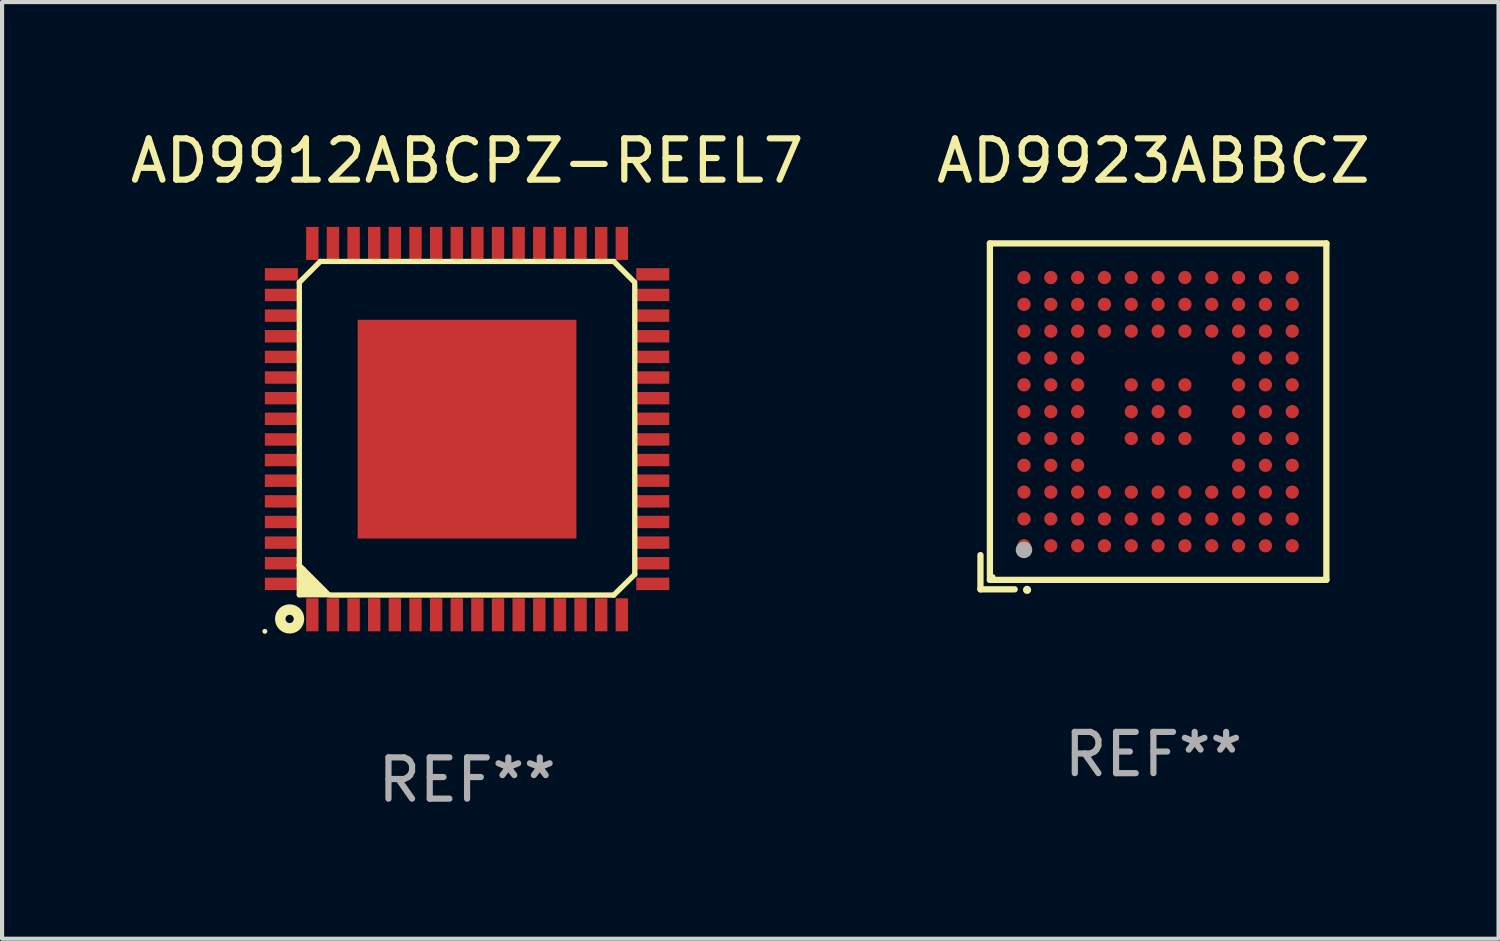
<source format=kicad_pcb>
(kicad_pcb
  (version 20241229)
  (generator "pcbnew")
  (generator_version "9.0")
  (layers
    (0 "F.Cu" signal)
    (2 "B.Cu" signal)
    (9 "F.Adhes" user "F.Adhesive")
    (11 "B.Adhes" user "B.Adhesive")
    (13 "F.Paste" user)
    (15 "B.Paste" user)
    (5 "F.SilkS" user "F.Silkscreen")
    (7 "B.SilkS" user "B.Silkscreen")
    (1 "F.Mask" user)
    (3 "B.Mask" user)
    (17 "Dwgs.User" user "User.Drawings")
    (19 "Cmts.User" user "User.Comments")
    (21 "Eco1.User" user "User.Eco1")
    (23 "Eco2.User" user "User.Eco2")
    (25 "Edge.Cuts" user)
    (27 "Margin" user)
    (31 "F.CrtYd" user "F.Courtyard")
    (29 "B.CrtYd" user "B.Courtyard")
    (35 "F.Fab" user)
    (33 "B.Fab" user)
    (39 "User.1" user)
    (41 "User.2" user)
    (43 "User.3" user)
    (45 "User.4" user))
  (footprint "AD9923ABBCZ"
    (layer "F.Cu")
    (at 24.899 7.039)
    (property "Reference" "AD9923ABBCZ" (at 0 -6.191 0) (layer "F.SilkS") (effects (font (size 1 1) (thickness 0.15))))
    (attr through_hole)
    (fp_line (start -4.191 3.362) (end -4.191 4.191) (stroke (width 0.152) (type solid)) (layer "F.SilkS"))
    (fp_line (start -4.191 4.191) (end -3.362 4.191) (stroke (width 0.152) (type solid)) (layer "F.SilkS"))
    (fp_line (start -3.962 -4.191) (end 4.191 -4.191) (stroke (width 0.152) (type solid)) (layer "F.SilkS"))
    (fp_line (start -3.962 3.962) (end -3.962 -4.191) (stroke (width 0.152) (type solid)) (layer "F.SilkS"))
    (fp_line (start 4.191 -4.191) (end 4.191 3.962) (stroke (width 0.152) (type solid)) (layer "F.SilkS"))
    (fp_line (start 4.191 3.962) (end -3.962 3.962) (stroke (width 0.152) (type solid)) (layer "F.SilkS"))
    (fp_circle (center -3.886 3.886) (end -3.856 3.886) (stroke (width 0.06) (type solid)) (fill no) (layer "F.SilkS"))
    (fp_circle (center -3.061 4.204) (end -3.011 4.204) (stroke (width 0.1) (type solid)) (fill no) (layer "F.SilkS"))
    (fp_circle (center -3.136 3.236) (end -3.036 3.236) (stroke (width 0.2) (type solid)) (fill no) (layer "F.Fab"))
    (fp_text user "REF**" (at 0 8.191 0) (layer "F.Fab") (effects (font (size 1 1) (thickness 0.15))))
    (pad "A1" smd circle (at -3.136 3.136) (size 0.32 0.32) (layers "F.Cu" "F.Mask" "F.Paste"))
    (pad "A2" smd circle (at -3.136 2.486) (size 0.32 0.32) (layers "F.Cu" "F.Mask" "F.Paste"))
    (pad "A3" smd circle (at -3.136 1.836) (size 0.32 0.32) (layers "F.Cu" "F.Mask" "F.Paste"))
    (pad "A4" smd circle (at -3.136 1.186) (size 0.32 0.32) (layers "F.Cu" "F.Mask" "F.Paste"))
    (pad "A5" smd circle (at -3.136 0.536) (size 0.32 0.32) (layers "F.Cu" "F.Mask" "F.Paste"))
    (pad "A6" smd circle (at -3.136 -0.114) (size 0.32 0.32) (layers "F.Cu" "F.Mask" "F.Paste"))
    (pad "A7" smd circle (at -3.136 -0.764) (size 0.32 0.32) (layers "F.Cu" "F.Mask" "F.Paste"))
    (pad "A8" smd circle (at -3.136 -1.414) (size 0.32 0.32) (layers "F.Cu" "F.Mask" "F.Paste"))
    (pad "A9" smd circle (at -3.136 -2.064) (size 0.32 0.32) (layers "F.Cu" "F.Mask" "F.Paste"))
    (pad "A10" smd circle (at -3.136 -2.714) (size 0.32 0.32) (layers "F.Cu" "F.Mask" "F.Paste"))
    (pad "A11" smd circle (at -3.136 -3.364) (size 0.32 0.32) (layers "F.Cu" "F.Mask" "F.Paste"))
    (pad "B1" smd circle (at -2.486 3.136) (size 0.32 0.32) (layers "F.Cu" "F.Mask" "F.Paste"))
    (pad "B2" smd circle (at -2.486 2.486) (size 0.32 0.32) (layers "F.Cu" "F.Mask" "F.Paste"))
    (pad "B3" smd circle (at -2.486 1.836) (size 0.32 0.32) (layers "F.Cu" "F.Mask" "F.Paste"))
    (pad "B4" smd circle (at -2.486 1.186) (size 0.32 0.32) (layers "F.Cu" "F.Mask" "F.Paste"))
    (pad "B5" smd circle (at -2.486 0.536) (size 0.32 0.32) (layers "F.Cu" "F.Mask" "F.Paste"))
    (pad "B6" smd circle (at -2.486 -0.114) (size 0.32 0.32) (layers "F.Cu" "F.Mask" "F.Paste"))
    (pad "B7" smd circle (at -2.486 -0.764) (size 0.32 0.32) (layers "F.Cu" "F.Mask" "F.Paste"))
    (pad "B8" smd circle (at -2.486 -1.414) (size 0.32 0.32) (layers "F.Cu" "F.Mask" "F.Paste"))
    (pad "B9" smd circle (at -2.486 -2.064) (size 0.32 0.32) (layers "F.Cu" "F.Mask" "F.Paste"))
    (pad "B10" smd circle (at -2.486 -2.714) (size 0.32 0.32) (layers "F.Cu" "F.Mask" "F.Paste"))
    (pad "B11" smd circle (at -2.486 -3.364) (size 0.32 0.32) (layers "F.Cu" "F.Mask" "F.Paste"))
    (pad "C1" smd circle (at -1.836 3.136) (size 0.32 0.32) (layers "F.Cu" "F.Mask" "F.Paste"))
    (pad "C2" smd circle (at -1.836 2.486) (size 0.32 0.32) (layers "F.Cu" "F.Mask" "F.Paste"))
    (pad "C3" smd circle (at -1.836 1.836) (size 0.32 0.32) (layers "F.Cu" "F.Mask" "F.Paste"))
    (pad "C4" smd circle (at -1.836 1.186) (size 0.32 0.32) (layers "F.Cu" "F.Mask" "F.Paste"))
    (pad "C5" smd circle (at -1.836 0.536) (size 0.32 0.32) (layers "F.Cu" "F.Mask" "F.Paste"))
    (pad "C6" smd circle (at -1.836 -0.114) (size 0.32 0.32) (layers "F.Cu" "F.Mask" "F.Paste"))
    (pad "C7" smd circle (at -1.836 -0.764) (size 0.32 0.32) (layers "F.Cu" "F.Mask" "F.Paste"))
    (pad "C8" smd circle (at -1.836 -1.414) (size 0.32 0.32) (layers "F.Cu" "F.Mask" "F.Paste"))
    (pad "C9" smd circle (at -1.836 -2.064) (size 0.32 0.32) (layers "F.Cu" "F.Mask" "F.Paste"))
    (pad "C10" smd circle (at -1.836 -2.714) (size 0.32 0.32) (layers "F.Cu" "F.Mask" "F.Paste"))
    (pad "C11" smd circle (at -1.836 -3.364) (size 0.32 0.32) (layers "F.Cu" "F.Mask" "F.Paste"))
    (pad "D1" smd circle (at -1.186 3.136) (size 0.32 0.32) (layers "F.Cu" "F.Mask" "F.Paste"))
    (pad "D2" smd circle (at -1.186 2.486) (size 0.32 0.32) (layers "F.Cu" "F.Mask" "F.Paste"))
    (pad "D3" smd circle (at -1.186 1.836) (size 0.32 0.32) (layers "F.Cu" "F.Mask" "F.Paste"))
    (pad "D9" smd circle (at -1.186 -2.064) (size 0.32 0.32) (layers "F.Cu" "F.Mask" "F.Paste"))
    (pad "D10" smd circle (at -1.186 -2.714) (size 0.32 0.32) (layers "F.Cu" "F.Mask" "F.Paste"))
    (pad "D11" smd circle (at -1.186 -3.364) (size 0.32 0.32) (layers "F.Cu" "F.Mask" "F.Paste"))
    (pad "E1" smd circle (at -0.536 3.136) (size 0.32 0.32) (layers "F.Cu" "F.Mask" "F.Paste"))
    (pad "E2" smd circle (at -0.536 2.486) (size 0.32 0.32) (layers "F.Cu" "F.Mask" "F.Paste"))
    (pad "E3" smd circle (at -0.536 1.836) (size 0.32 0.32) (layers "F.Cu" "F.Mask" "F.Paste"))
    (pad "E5" smd circle (at -0.536 0.536) (size 0.32 0.32) (layers "F.Cu" "F.Mask" "F.Paste"))
    (pad "E6" smd circle (at -0.536 -0.114) (size 0.32 0.32) (layers "F.Cu" "F.Mask" "F.Paste"))
    (pad "E7" smd circle (at -0.536 -0.764) (size 0.32 0.32) (layers "F.Cu" "F.Mask" "F.Paste"))
    (pad "E9" smd circle (at -0.536 -2.064) (size 0.32 0.32) (layers "F.Cu" "F.Mask" "F.Paste"))
    (pad "E10" smd circle (at -0.536 -2.714) (size 0.32 0.32) (layers "F.Cu" "F.Mask" "F.Paste"))
    (pad "E11" smd circle (at -0.536 -3.364) (size 0.32 0.32) (layers "F.Cu" "F.Mask" "F.Paste"))
    (pad "F1" smd circle (at 0.114 3.136) (size 0.32 0.32) (layers "F.Cu" "F.Mask" "F.Paste"))
    (pad "F2" smd circle (at 0.114 2.486) (size 0.32 0.32) (layers "F.Cu" "F.Mask" "F.Paste"))
    (pad "F3" smd circle (at 0.114 1.836) (size 0.32 0.32) (layers "F.Cu" "F.Mask" "F.Paste"))
    (pad "F5" smd circle (at 0.114 0.536) (size 0.32 0.32) (layers "F.Cu" "F.Mask" "F.Paste"))
    (pad "F6" smd circle (at 0.114 -0.114) (size 0.32 0.32) (layers "F.Cu" "F.Mask" "F.Paste"))
    (pad "F7" smd circle (at 0.114 -0.764) (size 0.32 0.32) (layers "F.Cu" "F.Mask" "F.Paste"))
    (pad "F9" smd circle (at 0.114 -2.064) (size 0.32 0.32) (layers "F.Cu" "F.Mask" "F.Paste"))
    (pad "F10" smd circle (at 0.114 -2.714) (size 0.32 0.32) (layers "F.Cu" "F.Mask" "F.Paste"))
    (pad "F11" smd circle (at 0.114 -3.364) (size 0.32 0.32) (layers "F.Cu" "F.Mask" "F.Paste"))
    (pad "G1" smd circle (at 0.764 3.136) (size 0.32 0.32) (layers "F.Cu" "F.Mask" "F.Paste"))
    (pad "G2" smd circle (at 0.764 2.486) (size 0.32 0.32) (layers "F.Cu" "F.Mask" "F.Paste"))
    (pad "G3" smd circle (at 0.764 1.836) (size 0.32 0.32) (layers "F.Cu" "F.Mask" "F.Paste"))
    (pad "G5" smd circle (at 0.764 0.536) (size 0.32 0.32) (layers "F.Cu" "F.Mask" "F.Paste"))
    (pad "G6" smd circle (at 0.764 -0.114) (size 0.32 0.32) (layers "F.Cu" "F.Mask" "F.Paste"))
    (pad "G7" smd circle (at 0.764 -0.764) (size 0.32 0.32) (layers "F.Cu" "F.Mask" "F.Paste"))
    (pad "G9" smd circle (at 0.764 -2.064) (size 0.32 0.32) (layers "F.Cu" "F.Mask" "F.Paste"))
    (pad "G10" smd circle (at 0.764 -2.714) (size 0.32 0.32) (layers "F.Cu" "F.Mask" "F.Paste"))
    (pad "G11" smd circle (at 0.764 -3.364) (size 0.32 0.32) (layers "F.Cu" "F.Mask" "F.Paste"))
    (pad "H1" smd circle (at 1.414 3.136) (size 0.32 0.32) (layers "F.Cu" "F.Mask" "F.Paste"))
    (pad "H2" smd circle (at 1.414 2.486) (size 0.32 0.32) (layers "F.Cu" "F.Mask" "F.Paste"))
    (pad "H3" smd circle (at 1.414 1.836) (size 0.32 0.32) (layers "F.Cu" "F.Mask" "F.Paste"))
    (pad "H9" smd circle (at 1.414 -2.064) (size 0.32 0.32) (layers "F.Cu" "F.Mask" "F.Paste"))
    (pad "H10" smd circle (at 1.414 -2.714) (size 0.32 0.32) (layers "F.Cu" "F.Mask" "F.Paste"))
    (pad "H11" smd circle (at 1.414 -3.364) (size 0.32 0.32) (layers "F.Cu" "F.Mask" "F.Paste"))
    (pad "J1" smd circle (at 2.064 3.136) (size 0.32 0.32) (layers "F.Cu" "F.Mask" "F.Paste"))
    (pad "J2" smd circle (at 2.064 2.486) (size 0.32 0.32) (layers "F.Cu" "F.Mask" "F.Paste"))
    (pad "J3" smd circle (at 2.064 1.836) (size 0.32 0.32) (layers "F.Cu" "F.Mask" "F.Paste"))
    (pad "J4" smd circle (at 2.064 1.186) (size 0.32 0.32) (layers "F.Cu" "F.Mask" "F.Paste"))
    (pad "J5" smd circle (at 2.064 0.536) (size 0.32 0.32) (layers "F.Cu" "F.Mask" "F.Paste"))
    (pad "J6" smd circle (at 2.064 -0.114) (size 0.32 0.32) (layers "F.Cu" "F.Mask" "F.Paste"))
    (pad "J7" smd circle (at 2.064 -0.764) (size 0.32 0.32) (layers "F.Cu" "F.Mask" "F.Paste"))
    (pad "J8" smd circle (at 2.064 -1.414) (size 0.32 0.32) (layers "F.Cu" "F.Mask" "F.Paste"))
    (pad "J9" smd circle (at 2.064 -2.064) (size 0.32 0.32) (layers "F.Cu" "F.Mask" "F.Paste"))
    (pad "J10" smd circle (at 2.064 -2.714) (size 0.32 0.32) (layers "F.Cu" "F.Mask" "F.Paste"))
    (pad "J11" smd circle (at 2.064 -3.364) (size 0.32 0.32) (layers "F.Cu" "F.Mask" "F.Paste"))
    (pad "K1" smd circle (at 2.714 3.136) (size 0.32 0.32) (layers "F.Cu" "F.Mask" "F.Paste"))
    (pad "K2" smd circle (at 2.714 2.486) (size 0.32 0.32) (layers "F.Cu" "F.Mask" "F.Paste"))
    (pad "K3" smd circle (at 2.714 1.836) (size 0.32 0.32) (layers "F.Cu" "F.Mask" "F.Paste"))
    (pad "K4" smd circle (at 2.714 1.186) (size 0.32 0.32) (layers "F.Cu" "F.Mask" "F.Paste"))
    (pad "K5" smd circle (at 2.714 0.536) (size 0.32 0.32) (layers "F.Cu" "F.Mask" "F.Paste"))
    (pad "K6" smd circle (at 2.714 -0.114) (size 0.32 0.32) (layers "F.Cu" "F.Mask" "F.Paste"))
    (pad "K7" smd circle (at 2.714 -0.764) (size 0.32 0.32) (layers "F.Cu" "F.Mask" "F.Paste"))
    (pad "K8" smd circle (at 2.714 -1.414) (size 0.32 0.32) (layers "F.Cu" "F.Mask" "F.Paste"))
    (pad "K9" smd circle (at 2.714 -2.064) (size 0.32 0.32) (layers "F.Cu" "F.Mask" "F.Paste"))
    (pad "K10" smd circle (at 2.714 -2.714) (size 0.32 0.32) (layers "F.Cu" "F.Mask" "F.Paste"))
    (pad "K11" smd circle (at 2.714 -3.364) (size 0.32 0.32) (layers "F.Cu" "F.Mask" "F.Paste"))
    (pad "L1" smd circle (at 3.364 3.136) (size 0.32 0.32) (layers "F.Cu" "F.Mask" "F.Paste"))
    (pad "L2" smd circle (at 3.364 2.486) (size 0.32 0.32) (layers "F.Cu" "F.Mask" "F.Paste"))
    (pad "L3" smd circle (at 3.364 1.836) (size 0.32 0.32) (layers "F.Cu" "F.Mask" "F.Paste"))
    (pad "L4" smd circle (at 3.364 1.186) (size 0.32 0.32) (layers "F.Cu" "F.Mask" "F.Paste"))
    (pad "L5" smd circle (at 3.364 0.536) (size 0.32 0.32) (layers "F.Cu" "F.Mask" "F.Paste"))
    (pad "L6" smd circle (at 3.364 -0.114) (size 0.32 0.32) (layers "F.Cu" "F.Mask" "F.Paste"))
    (pad "L7" smd circle (at 3.364 -0.764) (size 0.32 0.32) (layers "F.Cu" "F.Mask" "F.Paste"))
    (pad "L8" smd circle (at 3.364 -1.414) (size 0.32 0.32) (layers "F.Cu" "F.Mask" "F.Paste"))
    (pad "L9" smd circle (at 3.364 -2.064) (size 0.32 0.32) (layers "F.Cu" "F.Mask" "F.Paste"))
    (pad "L10" smd circle (at 3.364 -2.714) (size 0.32 0.32) (layers "F.Cu" "F.Mask" "F.Paste"))
    (pad "L11" smd circle (at 3.364 -3.364) (size 0.32 0.32) (layers "F.Cu" "F.Mask" "F.Paste")))
  (footprint "AD9912ABCPZ-REEL7"
    (layer "F.Cu")
    (at 8.268 7.348)
    (property "Reference" "AD9912ABCPZ-REEL7" (at 0 -6.5 0) (layer "F.SilkS") (effects (font (size 1 1) (thickness 0.15))))
    (attr through_hole)
    (fp_line (start -4.065 -3.555) (end -4.065 3.303) (stroke (width 0.129) (type solid)) (layer "F.SilkS"))
    (fp_line (start -4.065 3.303) (end -4.065 4.014) (stroke (width 0.129) (type solid)) (layer "F.SilkS"))
    (fp_line (start -4.065 4.014) (end -3.354 4.014) (stroke (width 0.129) (type solid)) (layer "F.SilkS"))
    (fp_line (start -3.964 3.405) (end -3.964 3.913) (stroke (width 0.129) (type solid)) (layer "F.SilkS"))
    (fp_line (start -3.964 3.506) (end -3.964 3.608) (stroke (width 0.129) (type solid)) (layer "F.SilkS"))
    (fp_line (start -3.964 3.608) (end -3.659 3.913) (stroke (width 0.129) (type solid)) (layer "F.SilkS"))
    (fp_line (start -3.964 3.913) (end -3.456 3.913) (stroke (width 0.129) (type solid)) (layer "F.SilkS"))
    (fp_line (start -3.761 3.913) (end -3.964 3.71) (stroke (width 0.129) (type solid)) (layer "F.SilkS"))
    (fp_line (start -3.659 3.913) (end -3.761 3.913) (stroke (width 0.129) (type solid)) (layer "F.SilkS"))
    (fp_line (start -3.557 -4.063) (end -4.065 -3.555) (stroke (width 0.129) (type solid)) (layer "F.SilkS"))
    (fp_line (start -3.557 3.913) (end -3.964 3.506) (stroke (width 0.129) (type solid)) (layer "F.SilkS"))
    (fp_line (start -3.354 4.014) (end -4.065 3.303) (stroke (width 0.129) (type solid)) (layer "F.SilkS"))
    (fp_line (start -3.303 4.021) (end 3.555 4.021) (stroke (width 0.129) (type solid)) (layer "F.SilkS"))
    (fp_line (start 3.555 -4.063) (end -3.557 -4.063) (stroke (width 0.129) (type solid)) (layer "F.SilkS"))
    (fp_line (start 3.555 4.021) (end 4.063 3.521) (stroke (width 0.129) (type solid)) (layer "F.SilkS"))
    (fp_line (start 4.063 -3.555) (end 3.555 -4.063) (stroke (width 0.129) (type solid)) (layer "F.SilkS"))
    (fp_line (start 4.063 3.521) (end 4.063 -3.499) (stroke (width 0.129) (type solid)) (layer "F.SilkS"))
    (fp_circle (center -4.9 4.9) (end -4.87 4.9) (stroke (width 0.06) (type solid)) (fill no) (layer "F.SilkS"))
    (fp_circle (center -4.3 4.6) (end -4.2 4.6) (stroke (width 0.254) (type solid)) (fill no) (layer "F.SilkS"))
    (fp_text user "REF**" (at 0 8.5 0) (layer "F.Fab") (effects (font (size 1 1) (thickness 0.15))))
    (pad "1" smd rect (at -3.75 4.5) (size 0.3 0.8) (layers "F.Cu" "F.Mask" "F.Paste"))
    (pad "2" smd rect (at -3.25 4.5) (size 0.3 0.8) (layers "F.Cu" "F.Mask" "F.Paste"))
    (pad "3" smd rect (at -2.75 4.5) (size 0.3 0.8) (layers "F.Cu" "F.Mask" "F.Paste"))
    (pad "4" smd rect (at -2.25 4.5) (size 0.3 0.8) (layers "F.Cu" "F.Mask" "F.Paste"))
    (pad "5" smd rect (at -1.75 4.5) (size 0.3 0.8) (layers "F.Cu" "F.Mask" "F.Paste"))
    (pad "6" smd rect (at -1.25 4.5) (size 0.3 0.8) (layers "F.Cu" "F.Mask" "F.Paste"))
    (pad "7" smd rect (at -0.75 4.5) (size 0.3 0.8) (layers "F.Cu" "F.Mask" "F.Paste"))
    (pad "8" smd rect (at -0.25 4.5) (size 0.3 0.8) (layers "F.Cu" "F.Mask" "F.Paste"))
    (pad "9" smd rect (at 0.25 4.5) (size 0.3 0.8) (layers "F.Cu" "F.Mask" "F.Paste"))
    (pad "10" smd rect (at 0.75 4.5) (size 0.3 0.8) (layers "F.Cu" "F.Mask" "F.Paste"))
    (pad "11" smd rect (at 1.25 4.5) (size 0.3 0.8) (layers "F.Cu" "F.Mask" "F.Paste"))
    (pad "12" smd rect (at 1.75 4.5) (size 0.3 0.8) (layers "F.Cu" "F.Mask" "F.Paste"))
    (pad "13" smd rect (at 2.25 4.5) (size 0.3 0.8) (layers "F.Cu" "F.Mask" "F.Paste"))
    (pad "14" smd rect (at 2.75 4.5) (size 0.3 0.8) (layers "F.Cu" "F.Mask" "F.Paste"))
    (pad "15" smd rect (at 3.25 4.5) (size 0.3 0.8) (layers "F.Cu" "F.Mask" "F.Paste"))
    (pad "16" smd rect (at 3.75 4.5) (size 0.3 0.8) (layers "F.Cu" "F.Mask" "F.Paste"))
    (pad "17" smd rect (at 4.5 3.75) (size 0.8 0.3) (layers "F.Cu" "F.Mask" "F.Paste"))
    (pad "18" smd rect (at 4.5 3.25) (size 0.8 0.3) (layers "F.Cu" "F.Mask" "F.Paste"))
    (pad "19" smd rect (at 4.5 2.75) (size 0.8 0.3) (layers "F.Cu" "F.Mask" "F.Paste"))
    (pad "20" smd rect (at 4.5 2.25) (size 0.8 0.3) (layers "F.Cu" "F.Mask" "F.Paste"))
    (pad "21" smd rect (at 4.5 1.75) (size 0.8 0.3) (layers "F.Cu" "F.Mask" "F.Paste"))
    (pad "22" smd rect (at 4.5 1.25) (size 0.8 0.3) (layers "F.Cu" "F.Mask" "F.Paste"))
    (pad "23" smd rect (at 4.5 0.75) (size 0.8 0.3) (layers "F.Cu" "F.Mask" "F.Paste"))
    (pad "24" smd rect (at 4.5 0.25) (size 0.8 0.3) (layers "F.Cu" "F.Mask" "F.Paste"))
    (pad "25" smd rect (at 4.5 -0.25) (size 0.8 0.3) (layers "F.Cu" "F.Mask" "F.Paste"))
    (pad "26" smd rect (at 4.5 -0.75) (size 0.8 0.3) (layers "F.Cu" "F.Mask" "F.Paste"))
    (pad "27" smd rect (at 4.5 -1.25) (size 0.8 0.3) (layers "F.Cu" "F.Mask" "F.Paste"))
    (pad "28" smd rect (at 4.5 -1.75) (size 0.8 0.3) (layers "F.Cu" "F.Mask" "F.Paste"))
    (pad "29" smd rect (at 4.5 -2.25) (size 0.8 0.3) (layers "F.Cu" "F.Mask" "F.Paste"))
    (pad "30" smd rect (at 4.5 -2.75) (size 0.8 0.3) (layers "F.Cu" "F.Mask" "F.Paste"))
    (pad "31" smd rect (at 4.5 -3.25) (size 0.8 0.3) (layers "F.Cu" "F.Mask" "F.Paste"))
    (pad "32" smd rect (at 4.5 -3.75) (size 0.8 0.3) (layers "F.Cu" "F.Mask" "F.Paste"))
    (pad "33" smd rect (at 3.75 -4.5) (size 0.3 0.8) (layers "F.Cu" "F.Mask" "F.Paste"))
    (pad "34" smd rect (at 3.25 -4.5) (size 0.3 0.8) (layers "F.Cu" "F.Mask" "F.Paste"))
    (pad "35" smd rect (at 2.75 -4.5) (size 0.3 0.8) (layers "F.Cu" "F.Mask" "F.Paste"))
    (pad "36" smd rect (at 2.25 -4.5) (size 0.3 0.8) (layers "F.Cu" "F.Mask" "F.Paste"))
    (pad "37" smd rect (at 1.75 -4.5) (size 0.3 0.8) (layers "F.Cu" "F.Mask" "F.Paste"))
    (pad "38" smd rect (at 1.25 -4.5) (size 0.3 0.8) (layers "F.Cu" "F.Mask" "F.Paste"))
    (pad "39" smd rect (at 0.75 -4.5) (size 0.3 0.8) (layers "F.Cu" "F.Mask" "F.Paste"))
    (pad "40" smd rect (at 0.25 -4.5) (size 0.3 0.8) (layers "F.Cu" "F.Mask" "F.Paste"))
    (pad "41" smd rect (at -0.25 -4.5) (size 0.3 0.8) (layers "F.Cu" "F.Mask" "F.Paste"))
    (pad "42" smd rect (at -0.75 -4.5) (size 0.3 0.8) (layers "F.Cu" "F.Mask" "F.Paste"))
    (pad "43" smd rect (at -1.25 -4.5) (size 0.3 0.8) (layers "F.Cu" "F.Mask" "F.Paste"))
    (pad "44" smd rect (at -1.75 -4.5) (size 0.3 0.8) (layers "F.Cu" "F.Mask" "F.Paste"))
    (pad "45" smd rect (at -2.25 -4.5) (size 0.3 0.8) (layers "F.Cu" "F.Mask" "F.Paste"))
    (pad "46" smd rect (at -2.75 -4.5) (size 0.3 0.8) (layers "F.Cu" "F.Mask" "F.Paste"))
    (pad "47" smd rect (at -3.25 -4.5) (size 0.3 0.8) (layers "F.Cu" "F.Mask" "F.Paste"))
    (pad "48" smd rect (at -3.75 -4.5) (size 0.3 0.8) (layers "F.Cu" "F.Mask" "F.Paste"))
    (pad "49" smd rect (at -4.5 -3.75) (size 0.8 0.3) (layers "F.Cu" "F.Mask" "F.Paste"))
    (pad "50" smd rect (at -4.5 -3.25) (size 0.8 0.3) (layers "F.Cu" "F.Mask" "F.Paste"))
    (pad "51" smd rect (at -4.5 -2.75) (size 0.8 0.3) (layers "F.Cu" "F.Mask" "F.Paste"))
    (pad "52" smd rect (at -4.5 -2.25) (size 0.8 0.3) (layers "F.Cu" "F.Mask" "F.Paste"))
    (pad "53" smd rect (at -4.5 -1.75) (size 0.8 0.3) (layers "F.Cu" "F.Mask" "F.Paste"))
    (pad "54" smd rect (at -4.5 -1.25) (size 0.8 0.3) (layers "F.Cu" "F.Mask" "F.Paste"))
    (pad "55" smd rect (at -4.5 -0.75) (size 0.8 0.3) (layers "F.Cu" "F.Mask" "F.Paste"))
    (pad "56" smd rect (at -4.5 -0.25) (size 0.8 0.3) (layers "F.Cu" "F.Mask" "F.Paste"))
    (pad "57" smd rect (at -4.5 0.25) (size 0.8 0.3) (layers "F.Cu" "F.Mask" "F.Paste"))
    (pad "58" smd rect (at -4.5 0.75) (size 0.8 0.3) (layers "F.Cu" "F.Mask" "F.Paste"))
    (pad "59" smd rect (at -4.5 1.25) (size 0.8 0.3) (layers "F.Cu" "F.Mask" "F.Paste"))
    (pad "60" smd rect (at -4.5 1.75) (size 0.8 0.3) (layers "F.Cu" "F.Mask" "F.Paste"))
    (pad "61" smd rect (at -4.5 2.25) (size 0.8 0.3) (layers "F.Cu" "F.Mask" "F.Paste"))
    (pad "62" smd rect (at -4.5 2.75) (size 0.8 0.3) (layers "F.Cu" "F.Mask" "F.Paste"))
    (pad "63" smd rect (at -4.5 3.25) (size 0.8 0.3) (layers "F.Cu" "F.Mask" "F.Paste"))
    (pad "64" smd rect (at -4.5 3.75) (size 0.8 0.3) (layers "F.Cu" "F.Mask" "F.Paste"))
    (pad "65" smd rect (at -0.001 0.001) (size 5.3 5.3) (layers "F.Cu" "F.Mask" "F.Paste")))
  (gr_rect
    (start -3 -3)
    (end 33.262 19.697)
    (stroke (width 0.1) (type default))
    (fill no)
    (layer "Edge.Cuts")))
</source>
